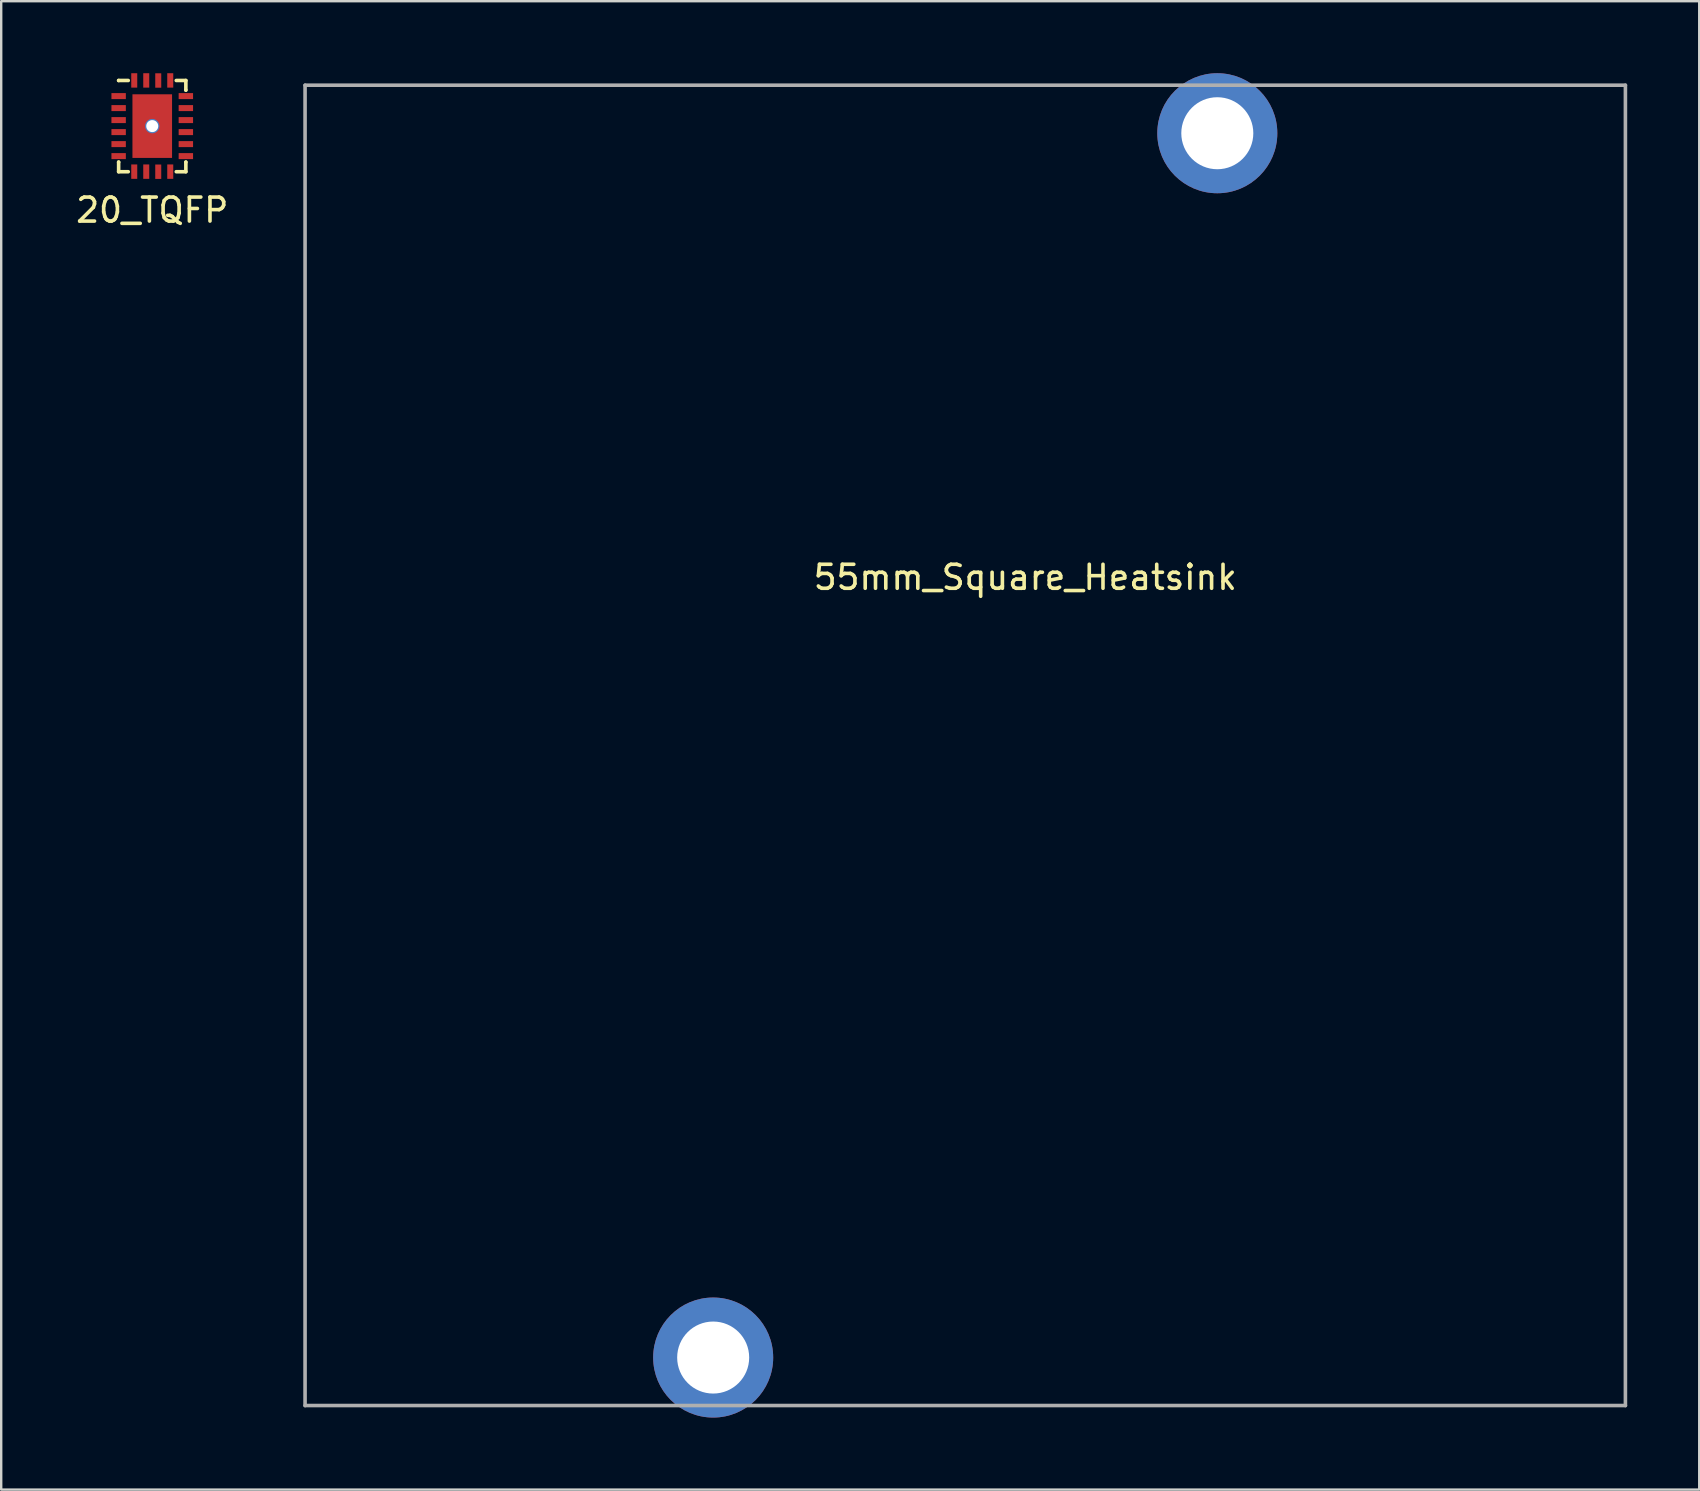
<source format=kicad_pcb>
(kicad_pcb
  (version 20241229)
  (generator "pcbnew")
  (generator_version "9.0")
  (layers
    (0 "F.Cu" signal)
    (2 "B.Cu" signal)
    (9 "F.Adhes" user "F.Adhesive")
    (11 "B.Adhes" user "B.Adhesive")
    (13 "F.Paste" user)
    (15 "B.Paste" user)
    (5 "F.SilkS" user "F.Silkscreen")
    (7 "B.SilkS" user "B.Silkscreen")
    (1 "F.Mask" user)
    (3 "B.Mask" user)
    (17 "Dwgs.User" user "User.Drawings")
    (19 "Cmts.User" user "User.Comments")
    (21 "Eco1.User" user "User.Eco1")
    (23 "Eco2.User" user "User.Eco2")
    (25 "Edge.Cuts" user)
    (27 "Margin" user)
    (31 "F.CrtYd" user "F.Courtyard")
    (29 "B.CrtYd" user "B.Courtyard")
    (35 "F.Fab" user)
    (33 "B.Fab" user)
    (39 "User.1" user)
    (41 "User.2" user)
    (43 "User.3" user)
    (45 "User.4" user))
  (footprint "20_TQFP"
    (layer "F.Cu")
    (at 3.292 2.203)
    (property "Reference" "20_TQFP" (at 0 3.5 0) (layer "F.SilkS") (effects (font (size 1 1) (thickness 0.15))))
    (attr through_hole)
    (fp_line (start -1.4 -1.9) (end -1.4 -1.9) (stroke (width 0.15) (type solid)) (layer "F.SilkS"))
    (fp_line (start -1.4 1.5) (end -1.4 1.5) (stroke (width 0.15) (type solid)) (layer "F.SilkS"))
    (fp_line (start -1.4 1.9) (end -1.4 1.5) (stroke (width 0.15) (type solid)) (layer "F.SilkS"))
    (fp_line (start -1 -1.9) (end -1.4 -1.9) (stroke (width 0.15) (type solid)) (layer "F.SilkS"))
    (fp_line (start -1 1.9) (end -1.4 1.9) (stroke (width 0.15) (type solid)) (layer "F.SilkS"))
    (fp_line (start 1 -1.9) (end 1.4 -1.9) (stroke (width 0.15) (type solid)) (layer "F.SilkS"))
    (fp_line (start 1 1.9) (end 1.4 1.9) (stroke (width 0.15) (type solid)) (layer "F.SilkS"))
    (fp_line (start 1.4 -1.9) (end 1.4 -1.5) (stroke (width 0.15) (type solid)) (layer "F.SilkS"))
    (fp_line (start 1.4 -1.5) (end 1.4 -1.5) (stroke (width 0.15) (type solid)) (layer "F.SilkS"))
    (fp_line (start 1.4 1.5) (end 1.4 1.5) (stroke (width 0.15) (type solid)) (layer "F.SilkS"))
    (fp_line (start 1.4 1.9) (end 1.4 1.5) (stroke (width 0.15) (type solid)) (layer "F.SilkS"))
    (pad "1" smd rect (at -1.4 -1.25 180) (size 0.6 0.25) (layers "F.Cu" "F.Mask" "F.Paste"))
    (pad "2" smd rect (at -1.4 -0.75 180) (size 0.6 0.25) (layers "F.Cu" "F.Mask" "F.Paste"))
    (pad "3" smd rect (at -1.4 -0.25 180) (size 0.6 0.25) (layers "F.Cu" "F.Mask" "F.Paste"))
    (pad "3" thru_hole circle (at 0 0) (size 0.6 0.6) (drill 0.5) (layers "*.Cu" "*.Mask"))
    (pad "3" smd rect (at 0 0 180) (size 1.65 2.65) (layers "F.Cu" "F.Mask" "F.Paste"))
    (pad "4" smd rect (at -1.4 0.25 180) (size 0.6 0.25) (layers "F.Cu" "F.Mask" "F.Paste"))
    (pad "5" smd rect (at -1.4 0.75 180) (size 0.6 0.25) (layers "F.Cu" "F.Mask" "F.Paste"))
    (pad "6" smd rect (at -1.4 1.25 180) (size 0.6 0.25) (layers "F.Cu" "F.Mask" "F.Paste"))
    (pad "7" smd rect (at -0.75 1.897 270) (size 0.6 0.25) (layers "F.Cu" "F.Mask" "F.Paste"))
    (pad "8" smd rect (at -0.25 1.897 270) (size 0.6 0.25) (layers "F.Cu" "F.Mask" "F.Paste"))
    (pad "9" smd rect (at 0.25 1.9 270) (size 0.6 0.25) (layers "F.Cu" "F.Mask" "F.Paste"))
    (pad "10" smd rect (at 0.75 1.897 270) (size 0.6 0.25) (layers "F.Cu" "F.Mask" "F.Paste"))
    (pad "11" smd rect (at 1.4 1.25 180) (size 0.6 0.25) (layers "F.Cu" "F.Mask" "F.Paste"))
    (pad "12" smd rect (at 1.4 0.75 180) (size 0.6 0.25) (layers "F.Cu" "F.Mask" "F.Paste"))
    (pad "13" smd rect (at 1.4 0.25 180) (size 0.6 0.25) (layers "F.Cu" "F.Mask" "F.Paste"))
    (pad "14" smd rect (at 1.4 -0.25 180) (size 0.6 0.25) (layers "F.Cu" "F.Mask" "F.Paste"))
    (pad "15" smd rect (at 1.4 -0.75 180) (size 0.6 0.25) (layers "F.Cu" "F.Mask" "F.Paste"))
    (pad "16" smd rect (at 1.4 -1.25 180) (size 0.6 0.25) (layers "F.Cu" "F.Mask" "F.Paste"))
    (pad "17" smd rect (at 0.75 -1.903 270) (size 0.6 0.25) (layers "F.Cu" "F.Mask" "F.Paste"))
    (pad "18" smd rect (at 0.25 -1.9 270) (size 0.6 0.25) (layers "F.Cu" "F.Mask" "F.Paste"))
    (pad "19" smd rect (at -0.25 -1.903 270) (size 0.6 0.25) (layers "F.Cu" "F.Mask" "F.Paste"))
    (pad "20" smd rect (at -0.75 -1.903 270) (size 0.6 0.25) (layers "F.Cu" "F.Mask" "F.Paste")))
  (footprint "55mm_Square_Heatsink"
    (layer "F.Cu")
    (at 39.658 20.5)
    (property "Reference" "55mm_Square_Heatsink" (at 0 0.5 0) (layer "F.SilkS") (effects (font (size 1 1) (thickness 0.15))))
    (attr through_hole)
    (fp_line (start -30 -20) (end 25 -20) (stroke (width 0.15) (type solid)) (layer "F.Fab"))
    (fp_line (start -30 35) (end -30 -20) (stroke (width 0.15) (type solid)) (layer "F.Fab"))
    (fp_line (start 25 35) (end -30 35) (stroke (width 0.15) (type solid)) (layer "F.Fab"))
    (fp_line (start 25 35) (end 25 -20) (stroke (width 0.15) (type solid)) (layer "F.Fab"))
    (pad "1" thru_hole circle (at 8 -18) (size 5 5) (drill 3) (layers "*.Cu" "*.Mask"))
    (pad "2" thru_hole circle (at -13 33) (size 5 5) (drill 3) (layers "*.Cu" "*.Mask")))
  (gr_rect
    (start -3 -3)
    (end 67.733 59)
    (stroke (width 0.1) (type default))
    (fill no)
    (layer "Edge.Cuts")))
</source>
